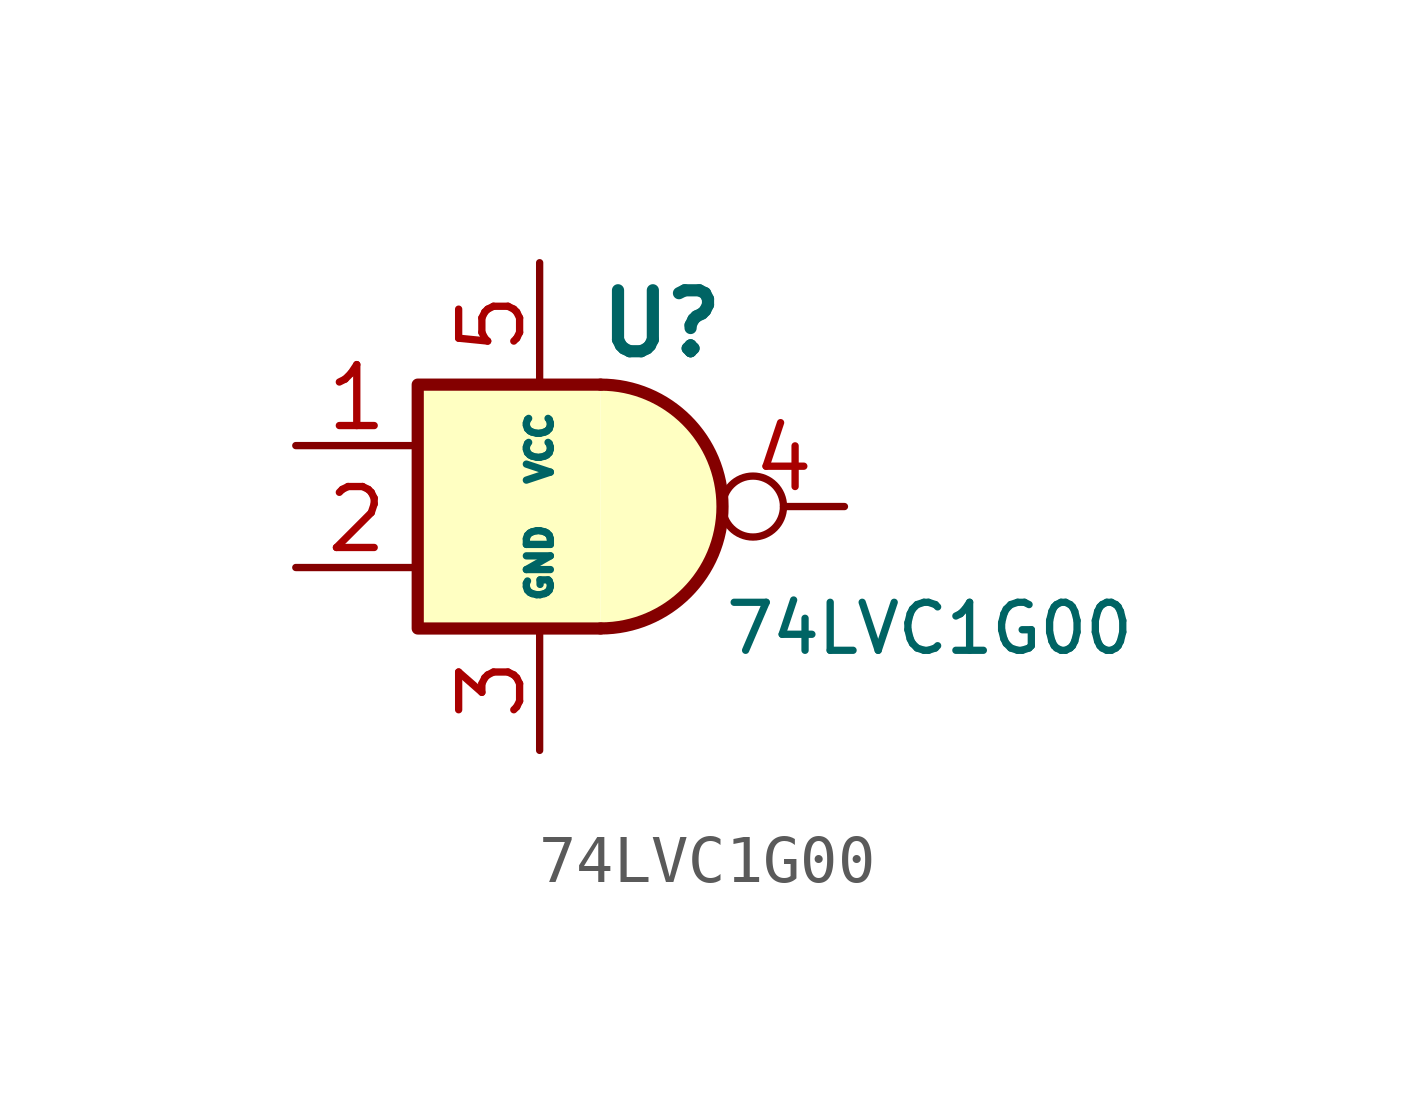
<source format=kicad_sym>
(kicad_symbol_lib
  (version 20241209)
  (generator "kicad_symbol_editor")
  (generator_version "9.0")
  (symbol "74LVC1G00"
    (property "Reference" "U"
      (at 2.54 3.81 0)
      (do_not_autoplace)
      (effects (font (size 1.27 1.27) (thickness 0.254) (bold yes))))
    (property "Value" "74LVC1G00"
      (at 3.81 -2.54 0)
      (do_not_autoplace)
      (effects (font (size 1 1)) (justify left)))
    (symbol "74LVC1G00_0_1"
      (arc (start 1.27 2.54) (mid 3.81 0) (end 1.27 -2.54) (stroke (width 0.254) (type default)) (fill (type background)))
      (polyline (pts (xy 1.27 -2.54) (xy -2.54 -2.54) (xy -2.54 2.54) (xy 1.27 2.54)) (stroke (width 0.254) (type default)) (fill (type background))))
    (symbol "74LVC1G00_1_1"
      (pin input line (at -5.08 1.27 0) (length 2.54) (name "~" (effects (font (size 1.27 1.27)))) (number "1" (effects (font (size 1.27 1.27)))))
      (pin input line (at -5.08 -1.27 0) (length 2.54) (name "~" (effects (font (size 1.27 1.27)))) (number "2" (effects (font (size 1.27 1.27)))))
      (pin power_in line (at 0 5.08 270) (length 2.54) (name "VCC" (effects (font (size 0.5 0.5)))) (number "5" (effects (font (size 1.27 1.27)))))
      (pin power_in line (at 0 -5.08 90) (length 2.54) (name "GND" (effects (font (size 0.5 0.5)))) (number "3" (effects (font (size 1.27 1.27)))))
      (pin output inverted (at 6.35 0 180) (length 2.54) (name "~" (effects (font (size 1.27 1.27)))) (number "4" (effects (font (size 1.27 1.27))))))))
</source>
